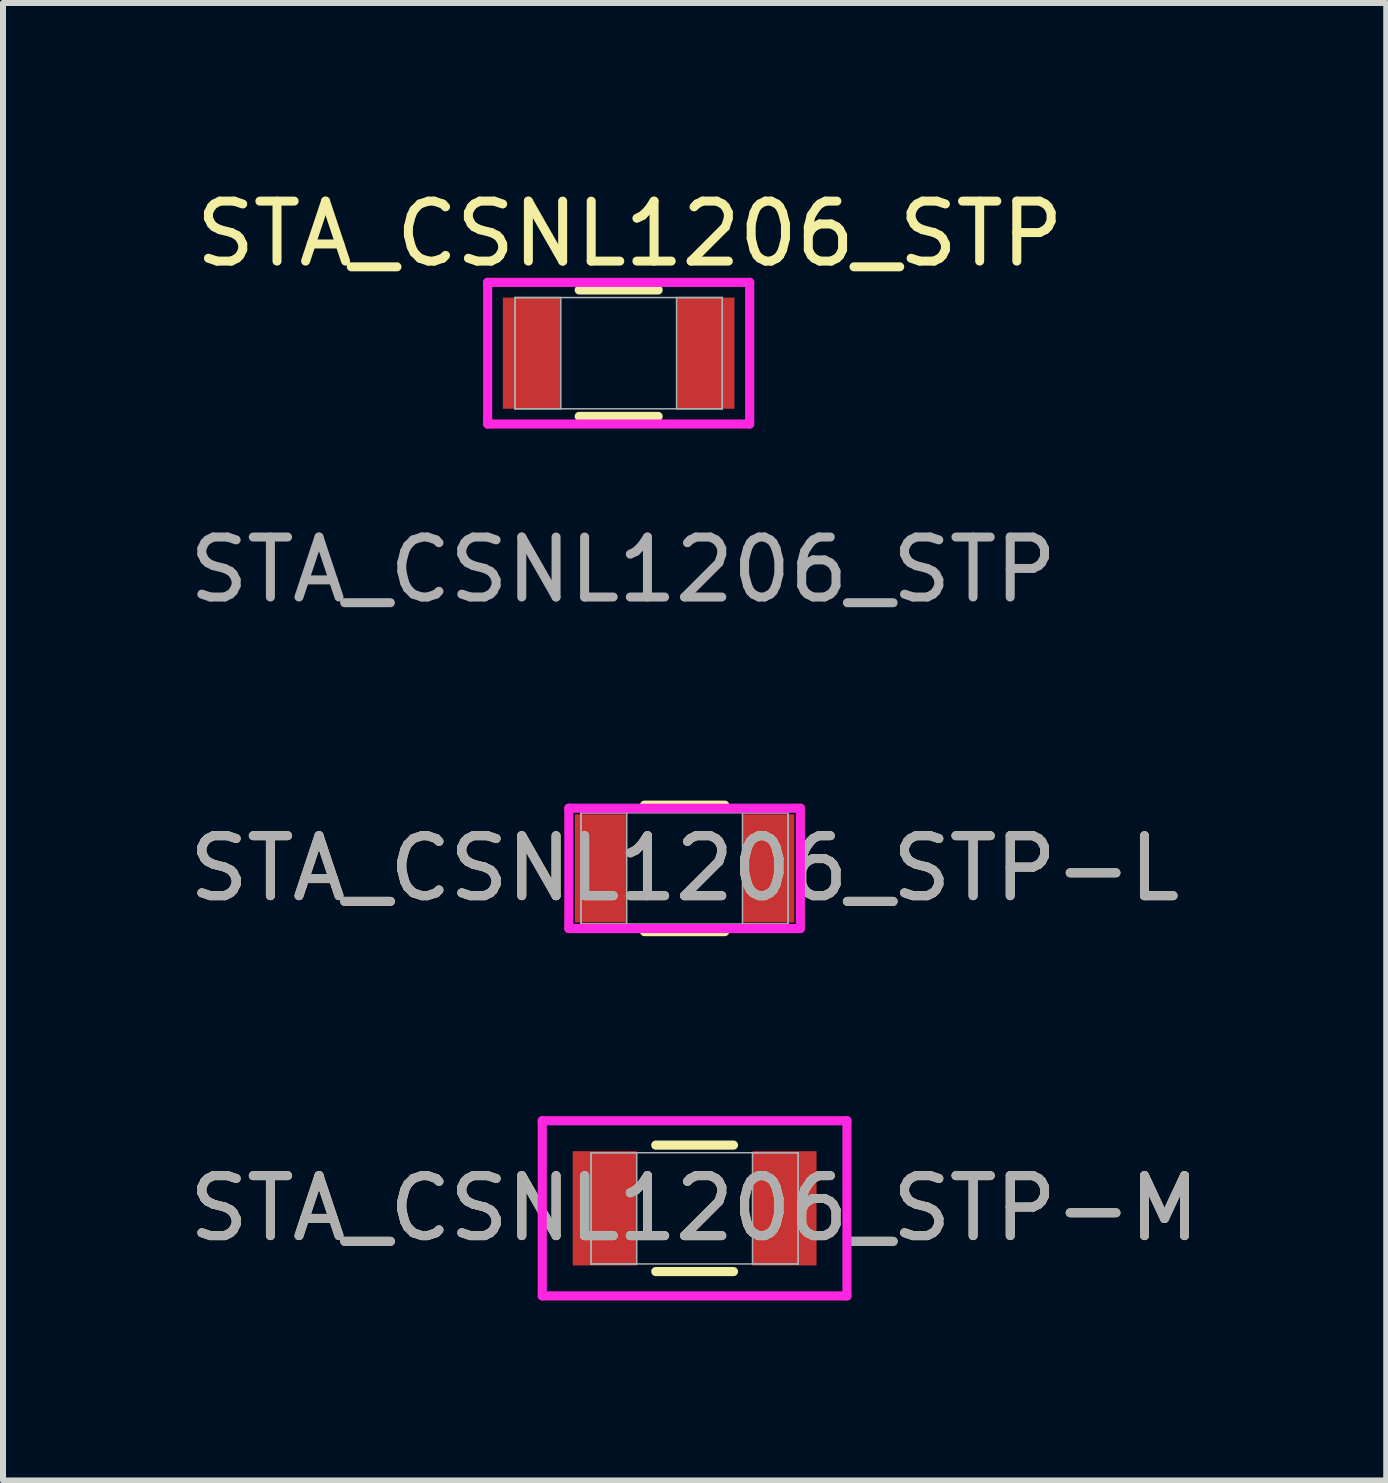
<source format=kicad_pcb>
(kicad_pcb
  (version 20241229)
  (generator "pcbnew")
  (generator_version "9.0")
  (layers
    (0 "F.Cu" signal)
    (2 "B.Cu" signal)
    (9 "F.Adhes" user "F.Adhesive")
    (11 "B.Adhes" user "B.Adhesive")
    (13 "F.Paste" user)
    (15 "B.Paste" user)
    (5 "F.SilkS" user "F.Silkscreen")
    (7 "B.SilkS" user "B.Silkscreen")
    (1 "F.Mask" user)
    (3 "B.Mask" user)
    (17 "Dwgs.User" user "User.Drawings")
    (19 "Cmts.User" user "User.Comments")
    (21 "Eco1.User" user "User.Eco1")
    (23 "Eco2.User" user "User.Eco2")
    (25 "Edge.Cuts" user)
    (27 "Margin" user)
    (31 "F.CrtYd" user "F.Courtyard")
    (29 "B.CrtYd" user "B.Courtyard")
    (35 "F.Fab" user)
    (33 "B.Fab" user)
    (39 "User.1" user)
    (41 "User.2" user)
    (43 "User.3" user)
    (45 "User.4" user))
  (footprint "STA_CSNL1206_STP"
    (layer "F.Cu")
    (at 7.264 2.838)
    (property "Reference" "STA_CSNL1206_STP" (at 0.185 -1.99 0) (unlocked yes) (layer "F.SilkS") (effects (font (size 1 1) (thickness 0.15))))
    (attr smd)
    (fp_line (start -0.658 1.054) (end 0.658 1.054) (stroke (width 0.152) (type solid)) (layer "F.SilkS"))
    (fp_line (start 0.658 -1.054) (end -0.658 -1.054) (stroke (width 0.152) (type solid)) (layer "F.SilkS"))
    (fp_line (start -2.184 -1.181) (end 2.184 -1.181) (stroke (width 0.152) (type solid)) (layer "F.CrtYd"))
    (fp_line (start -2.184 1.181) (end -2.184 -1.181) (stroke (width 0.152) (type solid)) (layer "F.CrtYd"))
    (fp_line (start 2.184 -1.181) (end 2.184 1.181) (stroke (width 0.152) (type solid)) (layer "F.CrtYd"))
    (fp_line (start 2.184 1.181) (end -2.184 1.181) (stroke (width 0.152) (type solid)) (layer "F.CrtYd"))
    (fp_line (start -1.727 -0.927) (end -1.727 0.927) (stroke (width 0.025) (type solid)) (layer "F.Fab"))
    (fp_line (start -1.727 -0.927) (end -1.727 0.927) (stroke (width 0.025) (type solid)) (layer "F.Fab"))
    (fp_line (start -1.727 0.927) (end -0.965 0.927) (stroke (width 0.025) (type solid)) (layer "F.Fab"))
    (fp_line (start -1.727 0.927) (end 1.727 0.927) (stroke (width 0.025) (type solid)) (layer "F.Fab"))
    (fp_line (start -0.965 -0.927) (end -1.727 -0.927) (stroke (width 0.025) (type solid)) (layer "F.Fab"))
    (fp_line (start -0.965 0.927) (end -0.965 -0.927) (stroke (width 0.025) (type solid)) (layer "F.Fab"))
    (fp_line (start 0.965 -0.927) (end 0.965 0.927) (stroke (width 0.025) (type solid)) (layer "F.Fab"))
    (fp_line (start 0.965 0.927) (end 1.727 0.927) (stroke (width 0.025) (type solid)) (layer "F.Fab"))
    (fp_line (start 1.727 -0.927) (end -1.727 -0.927) (stroke (width 0.025) (type solid)) (layer "F.Fab"))
    (fp_line (start 1.727 -0.927) (end 0.965 -0.927) (stroke (width 0.025) (type solid)) (layer "F.Fab"))
    (fp_line (start 1.727 0.927) (end 1.727 -0.927) (stroke (width 0.025) (type solid)) (layer "F.Fab"))
    (fp_line (start 1.727 0.927) (end 1.727 -0.927) (stroke (width 0.025) (type solid)) (layer "F.Fab"))
    (fp_text user "${REFERENCE}" (at 0.075 3.61 0) (unlocked yes) (layer "F.Fab") (effects (font (size 1 1) (thickness 0.15))))
    (pad "1" smd rect (at -1.448 0) (size 0.965 1.854) (layers "F.Cu" "F.Mask" "F.Paste"))
    (pad "2" smd rect (at 1.448 0) (size 0.965 1.854) (layers "F.Cu" "F.Mask" "F.Paste")))
  (footprint "STA_CSNL1206_STP-L"
    (layer "F.Cu")
    (at 8.363 11.427)
    (property "Reference" "STA_CSNL1206_STP-L" (at 0 0 0) (unlocked yes) (layer "F.SilkS") (effects (font (size 1 1) (thickness 0.15))))
    (attr smd)
    (fp_line (start -0.669 1.054) (end 0.669 1.054) (stroke (width 0.152) (type solid)) (layer "F.SilkS"))
    (fp_line (start 0.669 -1.054) (end -0.669 -1.054) (stroke (width 0.152) (type solid)) (layer "F.SilkS"))
    (fp_line (start -1.93 -1.003) (end 1.93 -1.003) (stroke (width 0.152) (type solid)) (layer "F.CrtYd"))
    (fp_line (start -1.93 1.003) (end -1.93 -1.003) (stroke (width 0.152) (type solid)) (layer "F.CrtYd"))
    (fp_line (start 1.93 -1.003) (end 1.93 1.003) (stroke (width 0.152) (type solid)) (layer "F.CrtYd"))
    (fp_line (start 1.93 1.003) (end -1.93 1.003) (stroke (width 0.152) (type solid)) (layer "F.CrtYd"))
    (fp_line (start -1.727 -0.927) (end -1.727 0.927) (stroke (width 0.025) (type solid)) (layer "F.Fab"))
    (fp_line (start -1.727 -0.927) (end -1.727 0.927) (stroke (width 0.025) (type solid)) (layer "F.Fab"))
    (fp_line (start -1.727 0.927) (end -0.965 0.927) (stroke (width 0.025) (type solid)) (layer "F.Fab"))
    (fp_line (start -1.727 0.927) (end 1.727 0.927) (stroke (width 0.025) (type solid)) (layer "F.Fab"))
    (fp_line (start -0.965 -0.927) (end -1.727 -0.927) (stroke (width 0.025) (type solid)) (layer "F.Fab"))
    (fp_line (start -0.965 0.927) (end -0.965 -0.927) (stroke (width 0.025) (type solid)) (layer "F.Fab"))
    (fp_line (start 0.965 -0.927) (end 0.965 0.927) (stroke (width 0.025) (type solid)) (layer "F.Fab"))
    (fp_line (start 0.965 0.927) (end 1.727 0.927) (stroke (width 0.025) (type solid)) (layer "F.Fab"))
    (fp_line (start 1.727 -0.927) (end -1.727 -0.927) (stroke (width 0.025) (type solid)) (layer "F.Fab"))
    (fp_line (start 1.727 -0.927) (end 0.965 -0.927) (stroke (width 0.025) (type solid)) (layer "F.Fab"))
    (fp_line (start 1.727 0.927) (end 1.727 -0.927) (stroke (width 0.025) (type solid)) (layer "F.Fab"))
    (fp_line (start 1.727 0.927) (end 1.727 -0.927) (stroke (width 0.025) (type solid)) (layer "F.Fab"))
    (fp_text user "${REFERENCE}" (at 0 0 0) (unlocked yes) (layer "F.Fab") (effects (font (size 1 1) (thickness 0.15))))
    (pad "1" smd rect (at -1.397 0) (size 0.864 1.803) (layers "F.Cu" "F.Mask" "F.Paste"))
    (pad "2" smd rect (at 1.397 0) (size 0.864 1.803) (layers "F.Cu" "F.Mask" "F.Paste"))
    (zone (net_name "") (layer "F.Cu") (hatch full 0.508) (connect_pads) (min_thickness 0.254) (filled_areas_thickness no) (keepout (tracks not_allowed) (vias not_allowed) (pads allowed) (copperpour not_allowed) (footprints allowed)) (placement (enabled no)) (fill) (polygon (pts (xy 7.449 10.55) (xy 9.277 10.55) (xy 9.277 12.303) (xy 7.449 12.303)))))
  (footprint "STA_CSNL1206_STP-M"
    (layer "F.Cu")
    (at 8.53 17.094)
    (property "Reference" "STA_CSNL1206_STP-M" (at 0 0 0) (unlocked yes) (layer "F.SilkS") (effects (font (size 1 1) (thickness 0.15))))
    (attr smd)
    (fp_line (start -0.648 1.054) (end 0.648 1.054) (stroke (width 0.152) (type solid)) (layer "F.SilkS"))
    (fp_line (start 0.648 -1.054) (end -0.648 -1.054) (stroke (width 0.152) (type solid)) (layer "F.SilkS"))
    (fp_line (start -2.54 -1.46) (end 2.54 -1.46) (stroke (width 0.152) (type solid)) (layer "F.CrtYd"))
    (fp_line (start -2.54 1.46) (end -2.54 -1.46) (stroke (width 0.152) (type solid)) (layer "F.CrtYd"))
    (fp_line (start 2.54 -1.46) (end 2.54 1.46) (stroke (width 0.152) (type solid)) (layer "F.CrtYd"))
    (fp_line (start 2.54 1.46) (end -2.54 1.46) (stroke (width 0.152) (type solid)) (layer "F.CrtYd"))
    (fp_line (start -1.727 -0.927) (end -1.727 0.927) (stroke (width 0.025) (type solid)) (layer "F.Fab"))
    (fp_line (start -1.727 -0.927) (end -1.727 0.927) (stroke (width 0.025) (type solid)) (layer "F.Fab"))
    (fp_line (start -1.727 0.927) (end -0.965 0.927) (stroke (width 0.025) (type solid)) (layer "F.Fab"))
    (fp_line (start -1.727 0.927) (end 1.727 0.927) (stroke (width 0.025) (type solid)) (layer "F.Fab"))
    (fp_line (start -0.965 -0.927) (end -1.727 -0.927) (stroke (width 0.025) (type solid)) (layer "F.Fab"))
    (fp_line (start -0.965 0.927) (end -0.965 -0.927) (stroke (width 0.025) (type solid)) (layer "F.Fab"))
    (fp_line (start 0.965 -0.927) (end 0.965 0.927) (stroke (width 0.025) (type solid)) (layer "F.Fab"))
    (fp_line (start 0.965 0.927) (end 1.727 0.927) (stroke (width 0.025) (type solid)) (layer "F.Fab"))
    (fp_line (start 1.727 -0.927) (end -1.727 -0.927) (stroke (width 0.025) (type solid)) (layer "F.Fab"))
    (fp_line (start 1.727 -0.927) (end 0.965 -0.927) (stroke (width 0.025) (type solid)) (layer "F.Fab"))
    (fp_line (start 1.727 0.927) (end 1.727 -0.927) (stroke (width 0.025) (type solid)) (layer "F.Fab"))
    (fp_line (start 1.727 0.927) (end 1.727 -0.927) (stroke (width 0.025) (type solid)) (layer "F.Fab"))
    (fp_text user "${REFERENCE}" (at 0 0 0) (unlocked yes) (layer "F.Fab") (effects (font (size 1 1) (thickness 0.15))))
    (pad "1" smd rect (at -1.499 0) (size 1.067 1.905) (layers "F.Cu" "F.Mask" "F.Paste"))
    (pad "2" smd rect (at 1.499 0) (size 1.067 1.905) (layers "F.Cu" "F.Mask" "F.Paste"))
    (zone (net_name "") (layer "F.Cu") (hatch full 0.508) (connect_pads) (min_thickness 0.254) (filled_areas_thickness no) (keepout (tracks not_allowed) (vias not_allowed) (pads allowed) (copperpour not_allowed) (footprints allowed)) (placement (enabled no)) (fill) (polygon (pts (xy 7.615 16.218) (xy 9.444 16.218) (xy 9.444 17.97) (xy 7.615 17.97)))))
  (gr_rect
    (start -3 -3)
    (end 20.06 21.631)
    (stroke (width 0.1) (type default))
    (fill no)
    (layer "Edge.Cuts")))
</source>
